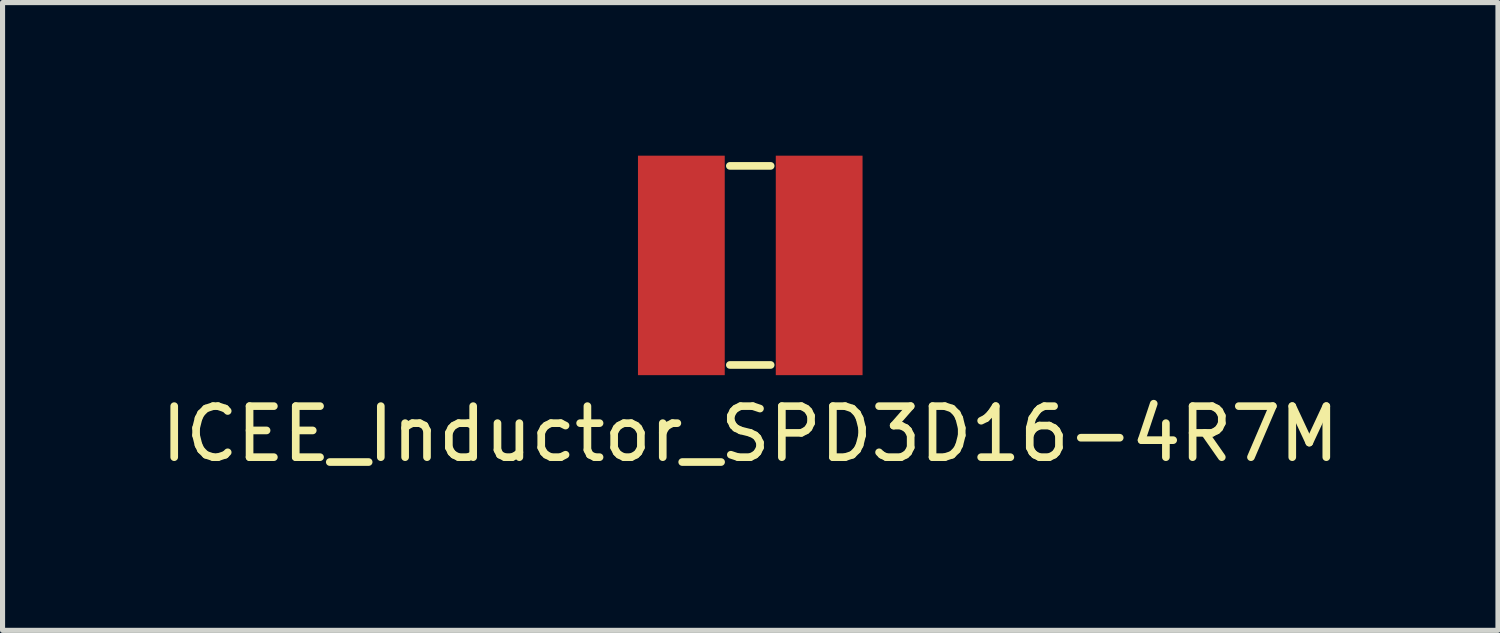
<source format=kicad_pcb>
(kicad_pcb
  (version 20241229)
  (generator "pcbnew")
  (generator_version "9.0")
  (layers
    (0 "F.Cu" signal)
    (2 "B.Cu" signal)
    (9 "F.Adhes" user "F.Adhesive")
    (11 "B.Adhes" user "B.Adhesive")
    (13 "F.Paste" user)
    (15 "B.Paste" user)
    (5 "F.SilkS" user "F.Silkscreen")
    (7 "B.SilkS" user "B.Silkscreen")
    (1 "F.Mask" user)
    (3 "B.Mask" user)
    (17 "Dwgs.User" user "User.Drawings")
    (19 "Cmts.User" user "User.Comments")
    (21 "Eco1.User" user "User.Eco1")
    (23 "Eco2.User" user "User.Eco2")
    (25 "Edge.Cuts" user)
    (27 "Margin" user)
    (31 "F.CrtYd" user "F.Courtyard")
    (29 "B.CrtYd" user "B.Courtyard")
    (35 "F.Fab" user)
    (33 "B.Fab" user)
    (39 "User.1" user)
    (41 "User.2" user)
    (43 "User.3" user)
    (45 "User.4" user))
  (footprint "ICEE_Inductor_SPD3D16-4R7M"
    (layer "F.Cu")
    (at 11.649 2.15)
    (property "Reference" "ICEE_Inductor_SPD3D16-4R7M" (at 0 3.302 0) (layer "F.SilkS") (effects (font (size 1 1) (thickness 0.15))))
    (attr through_hole)
    (fp_line (start -0.4 -1.95) (end 0.4 -1.95) (stroke (width 0.15) (type solid)) (layer "F.SilkS"))
    (fp_line (start -0.4 1.95) (end 0.4 1.95) (stroke (width 0.15) (type solid)) (layer "F.SilkS"))
    (pad "1" smd rect (at -1.35 0 180) (size 1.7 4.3) (layers "F.Cu" "F.Mask" "F.Paste"))
    (pad "2" smd rect (at 1.35 0 180) (size 1.7 4.3) (layers "F.Cu" "F.Mask" "F.Paste")))
  (gr_rect
    (start -3 -3)
    (end 26.298 9.3)
    (stroke (width 0.1) (type default))
    (fill no)
    (layer "Edge.Cuts")))
</source>
